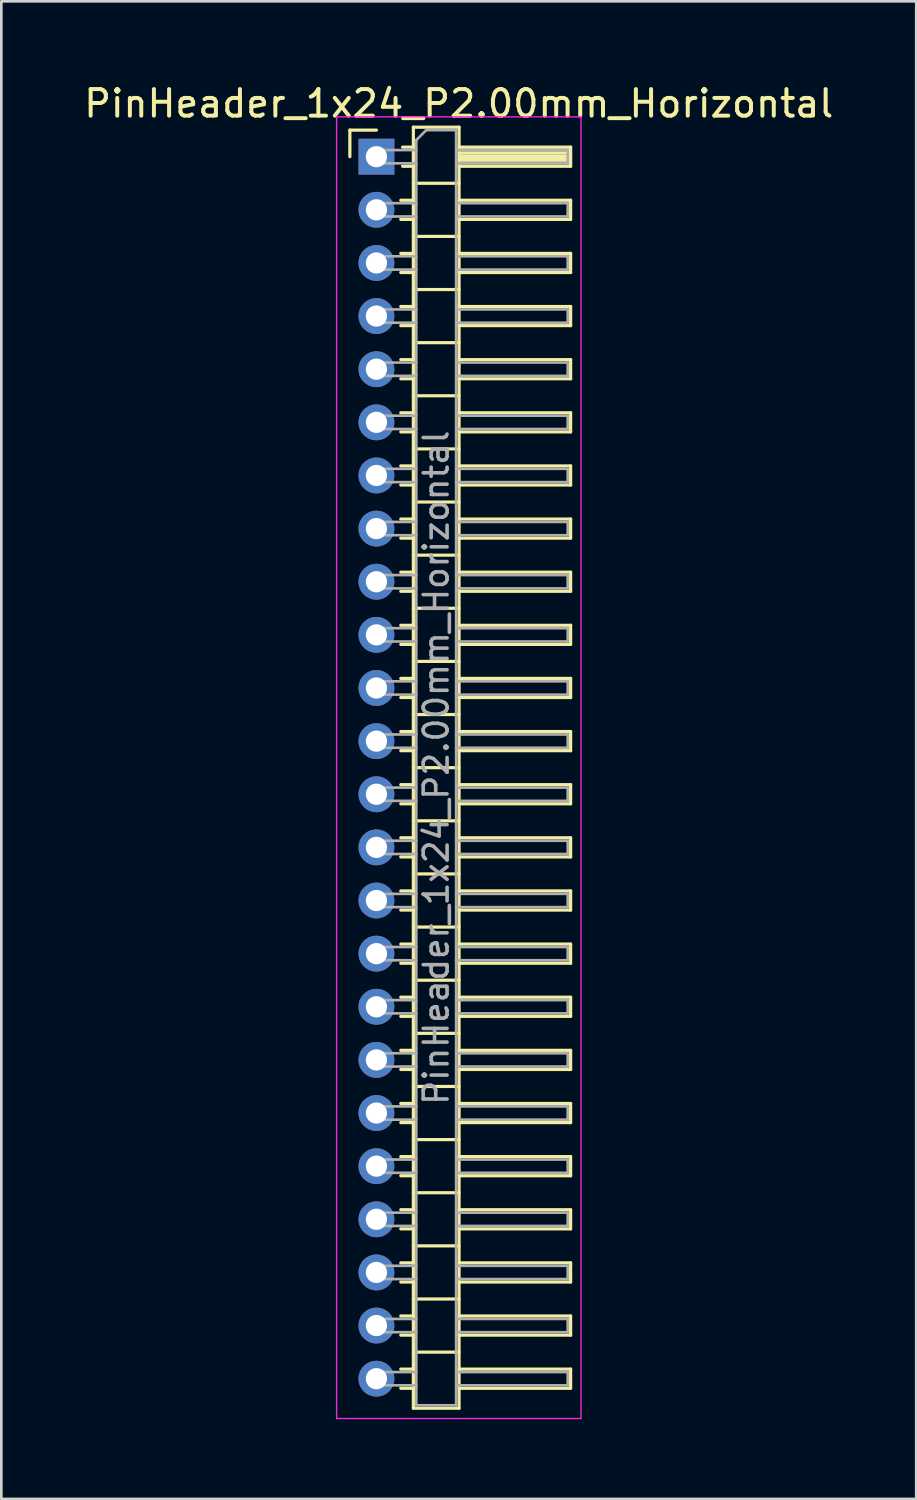
<source format=kicad_pcb>
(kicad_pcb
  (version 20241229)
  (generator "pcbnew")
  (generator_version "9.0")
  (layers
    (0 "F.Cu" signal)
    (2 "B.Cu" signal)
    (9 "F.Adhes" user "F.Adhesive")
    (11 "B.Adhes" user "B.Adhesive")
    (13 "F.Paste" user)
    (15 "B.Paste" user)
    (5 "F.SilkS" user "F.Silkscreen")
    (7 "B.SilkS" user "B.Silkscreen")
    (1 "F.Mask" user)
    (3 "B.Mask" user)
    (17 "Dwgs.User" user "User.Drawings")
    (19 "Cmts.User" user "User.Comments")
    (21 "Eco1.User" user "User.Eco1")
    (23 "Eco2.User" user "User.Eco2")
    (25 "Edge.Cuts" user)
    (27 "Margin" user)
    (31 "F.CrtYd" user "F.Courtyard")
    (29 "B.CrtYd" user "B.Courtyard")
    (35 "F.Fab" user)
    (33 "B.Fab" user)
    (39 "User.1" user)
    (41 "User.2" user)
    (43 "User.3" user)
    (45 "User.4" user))
  (footprint "PinHeader_1x24_P2.00mm_Horizontal"
    (layer "F.Cu")
    (at 11.12 2.848)
    (property "Reference" "PinHeader_1x24_P2.00mm_Horizontal" (at 3.1 -2 0) (layer "F.SilkS") (effects (font (size 1 1) (thickness 0.15))))
    (attr through_hole)
    (fp_line (start -1 -1) (end 0 -1) (stroke (width 0.12) (type solid)) (layer "F.SilkS"))
    (fp_line (start -1 0) (end -1 -1) (stroke (width 0.12) (type solid)) (layer "F.SilkS"))
    (fp_line (start 0.917 1.64) (end 1.39 1.64) (stroke (width 0.12) (type solid)) (layer "F.SilkS"))
    (fp_line (start 0.917 2.36) (end 1.39 2.36) (stroke (width 0.12) (type solid)) (layer "F.SilkS"))
    (fp_line (start 0.917 3.64) (end 1.39 3.64) (stroke (width 0.12) (type solid)) (layer "F.SilkS"))
    (fp_line (start 0.917 4.36) (end 1.39 4.36) (stroke (width 0.12) (type solid)) (layer "F.SilkS"))
    (fp_line (start 0.917 5.64) (end 1.39 5.64) (stroke (width 0.12) (type solid)) (layer "F.SilkS"))
    (fp_line (start 0.917 6.36) (end 1.39 6.36) (stroke (width 0.12) (type solid)) (layer "F.SilkS"))
    (fp_line (start 0.917 7.64) (end 1.39 7.64) (stroke (width 0.12) (type solid)) (layer "F.SilkS"))
    (fp_line (start 0.917 8.36) (end 1.39 8.36) (stroke (width 0.12) (type solid)) (layer "F.SilkS"))
    (fp_line (start 0.917 9.64) (end 1.39 9.64) (stroke (width 0.12) (type solid)) (layer "F.SilkS"))
    (fp_line (start 0.917 10.36) (end 1.39 10.36) (stroke (width 0.12) (type solid)) (layer "F.SilkS"))
    (fp_line (start 0.917 11.64) (end 1.39 11.64) (stroke (width 0.12) (type solid)) (layer "F.SilkS"))
    (fp_line (start 0.917 12.36) (end 1.39 12.36) (stroke (width 0.12) (type solid)) (layer "F.SilkS"))
    (fp_line (start 0.917 13.64) (end 1.39 13.64) (stroke (width 0.12) (type solid)) (layer "F.SilkS"))
    (fp_line (start 0.917 14.36) (end 1.39 14.36) (stroke (width 0.12) (type solid)) (layer "F.SilkS"))
    (fp_line (start 0.917 15.64) (end 1.39 15.64) (stroke (width 0.12) (type solid)) (layer "F.SilkS"))
    (fp_line (start 0.917 16.36) (end 1.39 16.36) (stroke (width 0.12) (type solid)) (layer "F.SilkS"))
    (fp_line (start 0.917 17.64) (end 1.39 17.64) (stroke (width 0.12) (type solid)) (layer "F.SilkS"))
    (fp_line (start 0.917 18.36) (end 1.39 18.36) (stroke (width 0.12) (type solid)) (layer "F.SilkS"))
    (fp_line (start 0.917 19.64) (end 1.39 19.64) (stroke (width 0.12) (type solid)) (layer "F.SilkS"))
    (fp_line (start 0.917 20.36) (end 1.39 20.36) (stroke (width 0.12) (type solid)) (layer "F.SilkS"))
    (fp_line (start 0.917 21.64) (end 1.39 21.64) (stroke (width 0.12) (type solid)) (layer "F.SilkS"))
    (fp_line (start 0.917 22.36) (end 1.39 22.36) (stroke (width 0.12) (type solid)) (layer "F.SilkS"))
    (fp_line (start 0.917 23.64) (end 1.39 23.64) (stroke (width 0.12) (type solid)) (layer "F.SilkS"))
    (fp_line (start 0.917 24.36) (end 1.39 24.36) (stroke (width 0.12) (type solid)) (layer "F.SilkS"))
    (fp_line (start 0.917 25.64) (end 1.39 25.64) (stroke (width 0.12) (type solid)) (layer "F.SilkS"))
    (fp_line (start 0.917 26.36) (end 1.39 26.36) (stroke (width 0.12) (type solid)) (layer "F.SilkS"))
    (fp_line (start 0.917 27.64) (end 1.39 27.64) (stroke (width 0.12) (type solid)) (layer "F.SilkS"))
    (fp_line (start 0.917 28.36) (end 1.39 28.36) (stroke (width 0.12) (type solid)) (layer "F.SilkS"))
    (fp_line (start 0.917 29.64) (end 1.39 29.64) (stroke (width 0.12) (type solid)) (layer "F.SilkS"))
    (fp_line (start 0.917 30.36) (end 1.39 30.36) (stroke (width 0.12) (type solid)) (layer "F.SilkS"))
    (fp_line (start 0.917 31.64) (end 1.39 31.64) (stroke (width 0.12) (type solid)) (layer "F.SilkS"))
    (fp_line (start 0.917 32.36) (end 1.39 32.36) (stroke (width 0.12) (type solid)) (layer "F.SilkS"))
    (fp_line (start 0.917 33.64) (end 1.39 33.64) (stroke (width 0.12) (type solid)) (layer "F.SilkS"))
    (fp_line (start 0.917 34.36) (end 1.39 34.36) (stroke (width 0.12) (type solid)) (layer "F.SilkS"))
    (fp_line (start 0.917 35.64) (end 1.39 35.64) (stroke (width 0.12) (type solid)) (layer "F.SilkS"))
    (fp_line (start 0.917 36.36) (end 1.39 36.36) (stroke (width 0.12) (type solid)) (layer "F.SilkS"))
    (fp_line (start 0.917 37.64) (end 1.39 37.64) (stroke (width 0.12) (type solid)) (layer "F.SilkS"))
    (fp_line (start 0.917 38.36) (end 1.39 38.36) (stroke (width 0.12) (type solid)) (layer "F.SilkS"))
    (fp_line (start 0.917 39.64) (end 1.39 39.64) (stroke (width 0.12) (type solid)) (layer "F.SilkS"))
    (fp_line (start 0.917 40.36) (end 1.39 40.36) (stroke (width 0.12) (type solid)) (layer "F.SilkS"))
    (fp_line (start 0.917 41.64) (end 1.39 41.64) (stroke (width 0.12) (type solid)) (layer "F.SilkS"))
    (fp_line (start 0.917 42.36) (end 1.39 42.36) (stroke (width 0.12) (type solid)) (layer "F.SilkS"))
    (fp_line (start 0.917 43.64) (end 1.39 43.64) (stroke (width 0.12) (type solid)) (layer "F.SilkS"))
    (fp_line (start 0.917 44.36) (end 1.39 44.36) (stroke (width 0.12) (type solid)) (layer "F.SilkS"))
    (fp_line (start 0.917 45.64) (end 1.39 45.64) (stroke (width 0.12) (type solid)) (layer "F.SilkS"))
    (fp_line (start 0.917 46.36) (end 1.39 46.36) (stroke (width 0.12) (type solid)) (layer "F.SilkS"))
    (fp_line (start 0.985 -0.36) (end 1.39 -0.36) (stroke (width 0.12) (type solid)) (layer "F.SilkS"))
    (fp_line (start 0.985 0.36) (end 1.39 0.36) (stroke (width 0.12) (type solid)) (layer "F.SilkS"))
    (fp_line (start 1.39 -1.11) (end 1.39 47.11) (stroke (width 0.12) (type solid)) (layer "F.SilkS"))
    (fp_line (start 1.39 1) (end 3.11 1) (stroke (width 0.12) (type solid)) (layer "F.SilkS"))
    (fp_line (start 1.39 3) (end 3.11 3) (stroke (width 0.12) (type solid)) (layer "F.SilkS"))
    (fp_line (start 1.39 5) (end 3.11 5) (stroke (width 0.12) (type solid)) (layer "F.SilkS"))
    (fp_line (start 1.39 7) (end 3.11 7) (stroke (width 0.12) (type solid)) (layer "F.SilkS"))
    (fp_line (start 1.39 9) (end 3.11 9) (stroke (width 0.12) (type solid)) (layer "F.SilkS"))
    (fp_line (start 1.39 11) (end 3.11 11) (stroke (width 0.12) (type solid)) (layer "F.SilkS"))
    (fp_line (start 1.39 13) (end 3.11 13) (stroke (width 0.12) (type solid)) (layer "F.SilkS"))
    (fp_line (start 1.39 15) (end 3.11 15) (stroke (width 0.12) (type solid)) (layer "F.SilkS"))
    (fp_line (start 1.39 17) (end 3.11 17) (stroke (width 0.12) (type solid)) (layer "F.SilkS"))
    (fp_line (start 1.39 19) (end 3.11 19) (stroke (width 0.12) (type solid)) (layer "F.SilkS"))
    (fp_line (start 1.39 21) (end 3.11 21) (stroke (width 0.12) (type solid)) (layer "F.SilkS"))
    (fp_line (start 1.39 23) (end 3.11 23) (stroke (width 0.12) (type solid)) (layer "F.SilkS"))
    (fp_line (start 1.39 25) (end 3.11 25) (stroke (width 0.12) (type solid)) (layer "F.SilkS"))
    (fp_line (start 1.39 27) (end 3.11 27) (stroke (width 0.12) (type solid)) (layer "F.SilkS"))
    (fp_line (start 1.39 29) (end 3.11 29) (stroke (width 0.12) (type solid)) (layer "F.SilkS"))
    (fp_line (start 1.39 31) (end 3.11 31) (stroke (width 0.12) (type solid)) (layer "F.SilkS"))
    (fp_line (start 1.39 33) (end 3.11 33) (stroke (width 0.12) (type solid)) (layer "F.SilkS"))
    (fp_line (start 1.39 35) (end 3.11 35) (stroke (width 0.12) (type solid)) (layer "F.SilkS"))
    (fp_line (start 1.39 37) (end 3.11 37) (stroke (width 0.12) (type solid)) (layer "F.SilkS"))
    (fp_line (start 1.39 39) (end 3.11 39) (stroke (width 0.12) (type solid)) (layer "F.SilkS"))
    (fp_line (start 1.39 41) (end 3.11 41) (stroke (width 0.12) (type solid)) (layer "F.SilkS"))
    (fp_line (start 1.39 43) (end 3.11 43) (stroke (width 0.12) (type solid)) (layer "F.SilkS"))
    (fp_line (start 1.39 45) (end 3.11 45) (stroke (width 0.12) (type solid)) (layer "F.SilkS"))
    (fp_line (start 1.39 47.11) (end 3.11 47.11) (stroke (width 0.12) (type solid)) (layer "F.SilkS"))
    (fp_line (start 3.11 -1.11) (end 1.39 -1.11) (stroke (width 0.12) (type solid)) (layer "F.SilkS"))
    (fp_line (start 3.11 -0.36) (end 7.31 -0.36) (stroke (width 0.12) (type solid)) (layer "F.SilkS"))
    (fp_line (start 3.11 -0.25) (end 7.31 -0.25) (stroke (width 0.12) (type solid)) (layer "F.SilkS"))
    (fp_line (start 3.11 -0.13) (end 7.31 -0.13) (stroke (width 0.12) (type solid)) (layer "F.SilkS"))
    (fp_line (start 3.11 -0.01) (end 7.31 -0.01) (stroke (width 0.12) (type solid)) (layer "F.SilkS"))
    (fp_line (start 3.11 0.11) (end 7.31 0.11) (stroke (width 0.12) (type solid)) (layer "F.SilkS"))
    (fp_line (start 3.11 0.23) (end 7.31 0.23) (stroke (width 0.12) (type solid)) (layer "F.SilkS"))
    (fp_line (start 3.11 1.64) (end 7.31 1.64) (stroke (width 0.12) (type solid)) (layer "F.SilkS"))
    (fp_line (start 3.11 3.64) (end 7.31 3.64) (stroke (width 0.12) (type solid)) (layer "F.SilkS"))
    (fp_line (start 3.11 5.64) (end 7.31 5.64) (stroke (width 0.12) (type solid)) (layer "F.SilkS"))
    (fp_line (start 3.11 7.64) (end 7.31 7.64) (stroke (width 0.12) (type solid)) (layer "F.SilkS"))
    (fp_line (start 3.11 9.64) (end 7.31 9.64) (stroke (width 0.12) (type solid)) (layer "F.SilkS"))
    (fp_line (start 3.11 11.64) (end 7.31 11.64) (stroke (width 0.12) (type solid)) (layer "F.SilkS"))
    (fp_line (start 3.11 13.64) (end 7.31 13.64) (stroke (width 0.12) (type solid)) (layer "F.SilkS"))
    (fp_line (start 3.11 15.64) (end 7.31 15.64) (stroke (width 0.12) (type solid)) (layer "F.SilkS"))
    (fp_line (start 3.11 17.64) (end 7.31 17.64) (stroke (width 0.12) (type solid)) (layer "F.SilkS"))
    (fp_line (start 3.11 19.64) (end 7.31 19.64) (stroke (width 0.12) (type solid)) (layer "F.SilkS"))
    (fp_line (start 3.11 21.64) (end 7.31 21.64) (stroke (width 0.12) (type solid)) (layer "F.SilkS"))
    (fp_line (start 3.11 23.64) (end 7.31 23.64) (stroke (width 0.12) (type solid)) (layer "F.SilkS"))
    (fp_line (start 3.11 25.64) (end 7.31 25.64) (stroke (width 0.12) (type solid)) (layer "F.SilkS"))
    (fp_line (start 3.11 27.64) (end 7.31 27.64) (stroke (width 0.12) (type solid)) (layer "F.SilkS"))
    (fp_line (start 3.11 29.64) (end 7.31 29.64) (stroke (width 0.12) (type solid)) (layer "F.SilkS"))
    (fp_line (start 3.11 31.64) (end 7.31 31.64) (stroke (width 0.12) (type solid)) (layer "F.SilkS"))
    (fp_line (start 3.11 33.64) (end 7.31 33.64) (stroke (width 0.12) (type solid)) (layer "F.SilkS"))
    (fp_line (start 3.11 35.64) (end 7.31 35.64) (stroke (width 0.12) (type solid)) (layer "F.SilkS"))
    (fp_line (start 3.11 37.64) (end 7.31 37.64) (stroke (width 0.12) (type solid)) (layer "F.SilkS"))
    (fp_line (start 3.11 39.64) (end 7.31 39.64) (stroke (width 0.12) (type solid)) (layer "F.SilkS"))
    (fp_line (start 3.11 41.64) (end 7.31 41.64) (stroke (width 0.12) (type solid)) (layer "F.SilkS"))
    (fp_line (start 3.11 43.64) (end 7.31 43.64) (stroke (width 0.12) (type solid)) (layer "F.SilkS"))
    (fp_line (start 3.11 45.64) (end 7.31 45.64) (stroke (width 0.12) (type solid)) (layer "F.SilkS"))
    (fp_line (start 3.11 47.11) (end 3.11 -1.11) (stroke (width 0.12) (type solid)) (layer "F.SilkS"))
    (fp_line (start 7.31 -0.36) (end 7.31 0.36) (stroke (width 0.12) (type solid)) (layer "F.SilkS"))
    (fp_line (start 7.31 0.36) (end 3.11 0.36) (stroke (width 0.12) (type solid)) (layer "F.SilkS"))
    (fp_line (start 7.31 1.64) (end 7.31 2.36) (stroke (width 0.12) (type solid)) (layer "F.SilkS"))
    (fp_line (start 7.31 2.36) (end 3.11 2.36) (stroke (width 0.12) (type solid)) (layer "F.SilkS"))
    (fp_line (start 7.31 3.64) (end 7.31 4.36) (stroke (width 0.12) (type solid)) (layer "F.SilkS"))
    (fp_line (start 7.31 4.36) (end 3.11 4.36) (stroke (width 0.12) (type solid)) (layer "F.SilkS"))
    (fp_line (start 7.31 5.64) (end 7.31 6.36) (stroke (width 0.12) (type solid)) (layer "F.SilkS"))
    (fp_line (start 7.31 6.36) (end 3.11 6.36) (stroke (width 0.12) (type solid)) (layer "F.SilkS"))
    (fp_line (start 7.31 7.64) (end 7.31 8.36) (stroke (width 0.12) (type solid)) (layer "F.SilkS"))
    (fp_line (start 7.31 8.36) (end 3.11 8.36) (stroke (width 0.12) (type solid)) (layer "F.SilkS"))
    (fp_line (start 7.31 9.64) (end 7.31 10.36) (stroke (width 0.12) (type solid)) (layer "F.SilkS"))
    (fp_line (start 7.31 10.36) (end 3.11 10.36) (stroke (width 0.12) (type solid)) (layer "F.SilkS"))
    (fp_line (start 7.31 11.64) (end 7.31 12.36) (stroke (width 0.12) (type solid)) (layer "F.SilkS"))
    (fp_line (start 7.31 12.36) (end 3.11 12.36) (stroke (width 0.12) (type solid)) (layer "F.SilkS"))
    (fp_line (start 7.31 13.64) (end 7.31 14.36) (stroke (width 0.12) (type solid)) (layer "F.SilkS"))
    (fp_line (start 7.31 14.36) (end 3.11 14.36) (stroke (width 0.12) (type solid)) (layer "F.SilkS"))
    (fp_line (start 7.31 15.64) (end 7.31 16.36) (stroke (width 0.12) (type solid)) (layer "F.SilkS"))
    (fp_line (start 7.31 16.36) (end 3.11 16.36) (stroke (width 0.12) (type solid)) (layer "F.SilkS"))
    (fp_line (start 7.31 17.64) (end 7.31 18.36) (stroke (width 0.12) (type solid)) (layer "F.SilkS"))
    (fp_line (start 7.31 18.36) (end 3.11 18.36) (stroke (width 0.12) (type solid)) (layer "F.SilkS"))
    (fp_line (start 7.31 19.64) (end 7.31 20.36) (stroke (width 0.12) (type solid)) (layer "F.SilkS"))
    (fp_line (start 7.31 20.36) (end 3.11 20.36) (stroke (width 0.12) (type solid)) (layer "F.SilkS"))
    (fp_line (start 7.31 21.64) (end 7.31 22.36) (stroke (width 0.12) (type solid)) (layer "F.SilkS"))
    (fp_line (start 7.31 22.36) (end 3.11 22.36) (stroke (width 0.12) (type solid)) (layer "F.SilkS"))
    (fp_line (start 7.31 23.64) (end 7.31 24.36) (stroke (width 0.12) (type solid)) (layer "F.SilkS"))
    (fp_line (start 7.31 24.36) (end 3.11 24.36) (stroke (width 0.12) (type solid)) (layer "F.SilkS"))
    (fp_line (start 7.31 25.64) (end 7.31 26.36) (stroke (width 0.12) (type solid)) (layer "F.SilkS"))
    (fp_line (start 7.31 26.36) (end 3.11 26.36) (stroke (width 0.12) (type solid)) (layer "F.SilkS"))
    (fp_line (start 7.31 27.64) (end 7.31 28.36) (stroke (width 0.12) (type solid)) (layer "F.SilkS"))
    (fp_line (start 7.31 28.36) (end 3.11 28.36) (stroke (width 0.12) (type solid)) (layer "F.SilkS"))
    (fp_line (start 7.31 29.64) (end 7.31 30.36) (stroke (width 0.12) (type solid)) (layer "F.SilkS"))
    (fp_line (start 7.31 30.36) (end 3.11 30.36) (stroke (width 0.12) (type solid)) (layer "F.SilkS"))
    (fp_line (start 7.31 31.64) (end 7.31 32.36) (stroke (width 0.12) (type solid)) (layer "F.SilkS"))
    (fp_line (start 7.31 32.36) (end 3.11 32.36) (stroke (width 0.12) (type solid)) (layer "F.SilkS"))
    (fp_line (start 7.31 33.64) (end 7.31 34.36) (stroke (width 0.12) (type solid)) (layer "F.SilkS"))
    (fp_line (start 7.31 34.36) (end 3.11 34.36) (stroke (width 0.12) (type solid)) (layer "F.SilkS"))
    (fp_line (start 7.31 35.64) (end 7.31 36.36) (stroke (width 0.12) (type solid)) (layer "F.SilkS"))
    (fp_line (start 7.31 36.36) (end 3.11 36.36) (stroke (width 0.12) (type solid)) (layer "F.SilkS"))
    (fp_line (start 7.31 37.64) (end 7.31 38.36) (stroke (width 0.12) (type solid)) (layer "F.SilkS"))
    (fp_line (start 7.31 38.36) (end 3.11 38.36) (stroke (width 0.12) (type solid)) (layer "F.SilkS"))
    (fp_line (start 7.31 39.64) (end 7.31 40.36) (stroke (width 0.12) (type solid)) (layer "F.SilkS"))
    (fp_line (start 7.31 40.36) (end 3.11 40.36) (stroke (width 0.12) (type solid)) (layer "F.SilkS"))
    (fp_line (start 7.31 41.64) (end 7.31 42.36) (stroke (width 0.12) (type solid)) (layer "F.SilkS"))
    (fp_line (start 7.31 42.36) (end 3.11 42.36) (stroke (width 0.12) (type solid)) (layer "F.SilkS"))
    (fp_line (start 7.31 43.64) (end 7.31 44.36) (stroke (width 0.12) (type solid)) (layer "F.SilkS"))
    (fp_line (start 7.31 44.36) (end 3.11 44.36) (stroke (width 0.12) (type solid)) (layer "F.SilkS"))
    (fp_line (start 7.31 45.64) (end 7.31 46.36) (stroke (width 0.12) (type solid)) (layer "F.SilkS"))
    (fp_line (start 7.31 46.36) (end 3.11 46.36) (stroke (width 0.12) (type solid)) (layer "F.SilkS"))
    (fp_line (start -1.5 -1.5) (end -1.5 47.5) (stroke (width 0.05) (type solid)) (layer "F.CrtYd"))
    (fp_line (start -1.5 47.5) (end 7.7 47.5) (stroke (width 0.05) (type solid)) (layer "F.CrtYd"))
    (fp_line (start 7.7 -1.5) (end -1.5 -1.5) (stroke (width 0.05) (type solid)) (layer "F.CrtYd"))
    (fp_line (start 7.7 47.5) (end 7.7 -1.5) (stroke (width 0.05) (type solid)) (layer "F.CrtYd"))
    (fp_line (start -0.25 -0.25) (end -0.25 0.25) (stroke (width 0.1) (type solid)) (layer "F.Fab"))
    (fp_line (start -0.25 -0.25) (end 1.5 -0.25) (stroke (width 0.1) (type solid)) (layer "F.Fab"))
    (fp_line (start -0.25 0.25) (end 1.5 0.25) (stroke (width 0.1) (type solid)) (layer "F.Fab"))
    (fp_line (start -0.25 1.75) (end -0.25 2.25) (stroke (width 0.1) (type solid)) (layer "F.Fab"))
    (fp_line (start -0.25 1.75) (end 1.5 1.75) (stroke (width 0.1) (type solid)) (layer "F.Fab"))
    (fp_line (start -0.25 2.25) (end 1.5 2.25) (stroke (width 0.1) (type solid)) (layer "F.Fab"))
    (fp_line (start -0.25 3.75) (end -0.25 4.25) (stroke (width 0.1) (type solid)) (layer "F.Fab"))
    (fp_line (start -0.25 3.75) (end 1.5 3.75) (stroke (width 0.1) (type solid)) (layer "F.Fab"))
    (fp_line (start -0.25 4.25) (end 1.5 4.25) (stroke (width 0.1) (type solid)) (layer "F.Fab"))
    (fp_line (start -0.25 5.75) (end -0.25 6.25) (stroke (width 0.1) (type solid)) (layer "F.Fab"))
    (fp_line (start -0.25 5.75) (end 1.5 5.75) (stroke (width 0.1) (type solid)) (layer "F.Fab"))
    (fp_line (start -0.25 6.25) (end 1.5 6.25) (stroke (width 0.1) (type solid)) (layer "F.Fab"))
    (fp_line (start -0.25 7.75) (end -0.25 8.25) (stroke (width 0.1) (type solid)) (layer "F.Fab"))
    (fp_line (start -0.25 7.75) (end 1.5 7.75) (stroke (width 0.1) (type solid)) (layer "F.Fab"))
    (fp_line (start -0.25 8.25) (end 1.5 8.25) (stroke (width 0.1) (type solid)) (layer "F.Fab"))
    (fp_line (start -0.25 9.75) (end -0.25 10.25) (stroke (width 0.1) (type solid)) (layer "F.Fab"))
    (fp_line (start -0.25 9.75) (end 1.5 9.75) (stroke (width 0.1) (type solid)) (layer "F.Fab"))
    (fp_line (start -0.25 10.25) (end 1.5 10.25) (stroke (width 0.1) (type solid)) (layer "F.Fab"))
    (fp_line (start -0.25 11.75) (end -0.25 12.25) (stroke (width 0.1) (type solid)) (layer "F.Fab"))
    (fp_line (start -0.25 11.75) (end 1.5 11.75) (stroke (width 0.1) (type solid)) (layer "F.Fab"))
    (fp_line (start -0.25 12.25) (end 1.5 12.25) (stroke (width 0.1) (type solid)) (layer "F.Fab"))
    (fp_line (start -0.25 13.75) (end -0.25 14.25) (stroke (width 0.1) (type solid)) (layer "F.Fab"))
    (fp_line (start -0.25 13.75) (end 1.5 13.75) (stroke (width 0.1) (type solid)) (layer "F.Fab"))
    (fp_line (start -0.25 14.25) (end 1.5 14.25) (stroke (width 0.1) (type solid)) (layer "F.Fab"))
    (fp_line (start -0.25 15.75) (end -0.25 16.25) (stroke (width 0.1) (type solid)) (layer "F.Fab"))
    (fp_line (start -0.25 15.75) (end 1.5 15.75) (stroke (width 0.1) (type solid)) (layer "F.Fab"))
    (fp_line (start -0.25 16.25) (end 1.5 16.25) (stroke (width 0.1) (type solid)) (layer "F.Fab"))
    (fp_line (start -0.25 17.75) (end -0.25 18.25) (stroke (width 0.1) (type solid)) (layer "F.Fab"))
    (fp_line (start -0.25 17.75) (end 1.5 17.75) (stroke (width 0.1) (type solid)) (layer "F.Fab"))
    (fp_line (start -0.25 18.25) (end 1.5 18.25) (stroke (width 0.1) (type solid)) (layer "F.Fab"))
    (fp_line (start -0.25 19.75) (end -0.25 20.25) (stroke (width 0.1) (type solid)) (layer "F.Fab"))
    (fp_line (start -0.25 19.75) (end 1.5 19.75) (stroke (width 0.1) (type solid)) (layer "F.Fab"))
    (fp_line (start -0.25 20.25) (end 1.5 20.25) (stroke (width 0.1) (type solid)) (layer "F.Fab"))
    (fp_line (start -0.25 21.75) (end -0.25 22.25) (stroke (width 0.1) (type solid)) (layer "F.Fab"))
    (fp_line (start -0.25 21.75) (end 1.5 21.75) (stroke (width 0.1) (type solid)) (layer "F.Fab"))
    (fp_line (start -0.25 22.25) (end 1.5 22.25) (stroke (width 0.1) (type solid)) (layer "F.Fab"))
    (fp_line (start -0.25 23.75) (end -0.25 24.25) (stroke (width 0.1) (type solid)) (layer "F.Fab"))
    (fp_line (start -0.25 23.75) (end 1.5 23.75) (stroke (width 0.1) (type solid)) (layer "F.Fab"))
    (fp_line (start -0.25 24.25) (end 1.5 24.25) (stroke (width 0.1) (type solid)) (layer "F.Fab"))
    (fp_line (start -0.25 25.75) (end -0.25 26.25) (stroke (width 0.1) (type solid)) (layer "F.Fab"))
    (fp_line (start -0.25 25.75) (end 1.5 25.75) (stroke (width 0.1) (type solid)) (layer "F.Fab"))
    (fp_line (start -0.25 26.25) (end 1.5 26.25) (stroke (width 0.1) (type solid)) (layer "F.Fab"))
    (fp_line (start -0.25 27.75) (end -0.25 28.25) (stroke (width 0.1) (type solid)) (layer "F.Fab"))
    (fp_line (start -0.25 27.75) (end 1.5 27.75) (stroke (width 0.1) (type solid)) (layer "F.Fab"))
    (fp_line (start -0.25 28.25) (end 1.5 28.25) (stroke (width 0.1) (type solid)) (layer "F.Fab"))
    (fp_line (start -0.25 29.75) (end -0.25 30.25) (stroke (width 0.1) (type solid)) (layer "F.Fab"))
    (fp_line (start -0.25 29.75) (end 1.5 29.75) (stroke (width 0.1) (type solid)) (layer "F.Fab"))
    (fp_line (start -0.25 30.25) (end 1.5 30.25) (stroke (width 0.1) (type solid)) (layer "F.Fab"))
    (fp_line (start -0.25 31.75) (end -0.25 32.25) (stroke (width 0.1) (type solid)) (layer "F.Fab"))
    (fp_line (start -0.25 31.75) (end 1.5 31.75) (stroke (width 0.1) (type solid)) (layer "F.Fab"))
    (fp_line (start -0.25 32.25) (end 1.5 32.25) (stroke (width 0.1) (type solid)) (layer "F.Fab"))
    (fp_line (start -0.25 33.75) (end -0.25 34.25) (stroke (width 0.1) (type solid)) (layer "F.Fab"))
    (fp_line (start -0.25 33.75) (end 1.5 33.75) (stroke (width 0.1) (type solid)) (layer "F.Fab"))
    (fp_line (start -0.25 34.25) (end 1.5 34.25) (stroke (width 0.1) (type solid)) (layer "F.Fab"))
    (fp_line (start -0.25 35.75) (end -0.25 36.25) (stroke (width 0.1) (type solid)) (layer "F.Fab"))
    (fp_line (start -0.25 35.75) (end 1.5 35.75) (stroke (width 0.1) (type solid)) (layer "F.Fab"))
    (fp_line (start -0.25 36.25) (end 1.5 36.25) (stroke (width 0.1) (type solid)) (layer "F.Fab"))
    (fp_line (start -0.25 37.75) (end -0.25 38.25) (stroke (width 0.1) (type solid)) (layer "F.Fab"))
    (fp_line (start -0.25 37.75) (end 1.5 37.75) (stroke (width 0.1) (type solid)) (layer "F.Fab"))
    (fp_line (start -0.25 38.25) (end 1.5 38.25) (stroke (width 0.1) (type solid)) (layer "F.Fab"))
    (fp_line (start -0.25 39.75) (end -0.25 40.25) (stroke (width 0.1) (type solid)) (layer "F.Fab"))
    (fp_line (start -0.25 39.75) (end 1.5 39.75) (stroke (width 0.1) (type solid)) (layer "F.Fab"))
    (fp_line (start -0.25 40.25) (end 1.5 40.25) (stroke (width 0.1) (type solid)) (layer "F.Fab"))
    (fp_line (start -0.25 41.75) (end -0.25 42.25) (stroke (width 0.1) (type solid)) (layer "F.Fab"))
    (fp_line (start -0.25 41.75) (end 1.5 41.75) (stroke (width 0.1) (type solid)) (layer "F.Fab"))
    (fp_line (start -0.25 42.25) (end 1.5 42.25) (stroke (width 0.1) (type solid)) (layer "F.Fab"))
    (fp_line (start -0.25 43.75) (end -0.25 44.25) (stroke (width 0.1) (type solid)) (layer "F.Fab"))
    (fp_line (start -0.25 43.75) (end 1.5 43.75) (stroke (width 0.1) (type solid)) (layer "F.Fab"))
    (fp_line (start -0.25 44.25) (end 1.5 44.25) (stroke (width 0.1) (type solid)) (layer "F.Fab"))
    (fp_line (start -0.25 45.75) (end -0.25 46.25) (stroke (width 0.1) (type solid)) (layer "F.Fab"))
    (fp_line (start -0.25 45.75) (end 1.5 45.75) (stroke (width 0.1) (type solid)) (layer "F.Fab"))
    (fp_line (start -0.25 46.25) (end 1.5 46.25) (stroke (width 0.1) (type solid)) (layer "F.Fab"))
    (fp_line (start 1.5 -0.625) (end 1.875 -1) (stroke (width 0.1) (type solid)) (layer "F.Fab"))
    (fp_line (start 1.5 47) (end 1.5 -0.625) (stroke (width 0.1) (type solid)) (layer "F.Fab"))
    (fp_line (start 1.875 -1) (end 3 -1) (stroke (width 0.1) (type solid)) (layer "F.Fab"))
    (fp_line (start 3 -1) (end 3 47) (stroke (width 0.1) (type solid)) (layer "F.Fab"))
    (fp_line (start 3 -0.25) (end 7.2 -0.25) (stroke (width 0.1) (type solid)) (layer "F.Fab"))
    (fp_line (start 3 0.25) (end 7.2 0.25) (stroke (width 0.1) (type solid)) (layer "F.Fab"))
    (fp_line (start 3 1.75) (end 7.2 1.75) (stroke (width 0.1) (type solid)) (layer "F.Fab"))
    (fp_line (start 3 2.25) (end 7.2 2.25) (stroke (width 0.1) (type solid)) (layer "F.Fab"))
    (fp_line (start 3 3.75) (end 7.2 3.75) (stroke (width 0.1) (type solid)) (layer "F.Fab"))
    (fp_line (start 3 4.25) (end 7.2 4.25) (stroke (width 0.1) (type solid)) (layer "F.Fab"))
    (fp_line (start 3 5.75) (end 7.2 5.75) (stroke (width 0.1) (type solid)) (layer "F.Fab"))
    (fp_line (start 3 6.25) (end 7.2 6.25) (stroke (width 0.1) (type solid)) (layer "F.Fab"))
    (fp_line (start 3 7.75) (end 7.2 7.75) (stroke (width 0.1) (type solid)) (layer "F.Fab"))
    (fp_line (start 3 8.25) (end 7.2 8.25) (stroke (width 0.1) (type solid)) (layer "F.Fab"))
    (fp_line (start 3 9.75) (end 7.2 9.75) (stroke (width 0.1) (type solid)) (layer "F.Fab"))
    (fp_line (start 3 10.25) (end 7.2 10.25) (stroke (width 0.1) (type solid)) (layer "F.Fab"))
    (fp_line (start 3 11.75) (end 7.2 11.75) (stroke (width 0.1) (type solid)) (layer "F.Fab"))
    (fp_line (start 3 12.25) (end 7.2 12.25) (stroke (width 0.1) (type solid)) (layer "F.Fab"))
    (fp_line (start 3 13.75) (end 7.2 13.75) (stroke (width 0.1) (type solid)) (layer "F.Fab"))
    (fp_line (start 3 14.25) (end 7.2 14.25) (stroke (width 0.1) (type solid)) (layer "F.Fab"))
    (fp_line (start 3 15.75) (end 7.2 15.75) (stroke (width 0.1) (type solid)) (layer "F.Fab"))
    (fp_line (start 3 16.25) (end 7.2 16.25) (stroke (width 0.1) (type solid)) (layer "F.Fab"))
    (fp_line (start 3 17.75) (end 7.2 17.75) (stroke (width 0.1) (type solid)) (layer "F.Fab"))
    (fp_line (start 3 18.25) (end 7.2 18.25) (stroke (width 0.1) (type solid)) (layer "F.Fab"))
    (fp_line (start 3 19.75) (end 7.2 19.75) (stroke (width 0.1) (type solid)) (layer "F.Fab"))
    (fp_line (start 3 20.25) (end 7.2 20.25) (stroke (width 0.1) (type solid)) (layer "F.Fab"))
    (fp_line (start 3 21.75) (end 7.2 21.75) (stroke (width 0.1) (type solid)) (layer "F.Fab"))
    (fp_line (start 3 22.25) (end 7.2 22.25) (stroke (width 0.1) (type solid)) (layer "F.Fab"))
    (fp_line (start 3 23.75) (end 7.2 23.75) (stroke (width 0.1) (type solid)) (layer "F.Fab"))
    (fp_line (start 3 24.25) (end 7.2 24.25) (stroke (width 0.1) (type solid)) (layer "F.Fab"))
    (fp_line (start 3 25.75) (end 7.2 25.75) (stroke (width 0.1) (type solid)) (layer "F.Fab"))
    (fp_line (start 3 26.25) (end 7.2 26.25) (stroke (width 0.1) (type solid)) (layer "F.Fab"))
    (fp_line (start 3 27.75) (end 7.2 27.75) (stroke (width 0.1) (type solid)) (layer "F.Fab"))
    (fp_line (start 3 28.25) (end 7.2 28.25) (stroke (width 0.1) (type solid)) (layer "F.Fab"))
    (fp_line (start 3 29.75) (end 7.2 29.75) (stroke (width 0.1) (type solid)) (layer "F.Fab"))
    (fp_line (start 3 30.25) (end 7.2 30.25) (stroke (width 0.1) (type solid)) (layer "F.Fab"))
    (fp_line (start 3 31.75) (end 7.2 31.75) (stroke (width 0.1) (type solid)) (layer "F.Fab"))
    (fp_line (start 3 32.25) (end 7.2 32.25) (stroke (width 0.1) (type solid)) (layer "F.Fab"))
    (fp_line (start 3 33.75) (end 7.2 33.75) (stroke (width 0.1) (type solid)) (layer "F.Fab"))
    (fp_line (start 3 34.25) (end 7.2 34.25) (stroke (width 0.1) (type solid)) (layer "F.Fab"))
    (fp_line (start 3 35.75) (end 7.2 35.75) (stroke (width 0.1) (type solid)) (layer "F.Fab"))
    (fp_line (start 3 36.25) (end 7.2 36.25) (stroke (width 0.1) (type solid)) (layer "F.Fab"))
    (fp_line (start 3 37.75) (end 7.2 37.75) (stroke (width 0.1) (type solid)) (layer "F.Fab"))
    (fp_line (start 3 38.25) (end 7.2 38.25) (stroke (width 0.1) (type solid)) (layer "F.Fab"))
    (fp_line (start 3 39.75) (end 7.2 39.75) (stroke (width 0.1) (type solid)) (layer "F.Fab"))
    (fp_line (start 3 40.25) (end 7.2 40.25) (stroke (width 0.1) (type solid)) (layer "F.Fab"))
    (fp_line (start 3 41.75) (end 7.2 41.75) (stroke (width 0.1) (type solid)) (layer "F.Fab"))
    (fp_line (start 3 42.25) (end 7.2 42.25) (stroke (width 0.1) (type solid)) (layer "F.Fab"))
    (fp_line (start 3 43.75) (end 7.2 43.75) (stroke (width 0.1) (type solid)) (layer "F.Fab"))
    (fp_line (start 3 44.25) (end 7.2 44.25) (stroke (width 0.1) (type solid)) (layer "F.Fab"))
    (fp_line (start 3 45.75) (end 7.2 45.75) (stroke (width 0.1) (type solid)) (layer "F.Fab"))
    (fp_line (start 3 46.25) (end 7.2 46.25) (stroke (width 0.1) (type solid)) (layer "F.Fab"))
    (fp_line (start 3 47) (end 1.5 47) (stroke (width 0.1) (type solid)) (layer "F.Fab"))
    (fp_line (start 7.2 -0.25) (end 7.2 0.25) (stroke (width 0.1) (type solid)) (layer "F.Fab"))
    (fp_line (start 7.2 1.75) (end 7.2 2.25) (stroke (width 0.1) (type solid)) (layer "F.Fab"))
    (fp_line (start 7.2 3.75) (end 7.2 4.25) (stroke (width 0.1) (type solid)) (layer "F.Fab"))
    (fp_line (start 7.2 5.75) (end 7.2 6.25) (stroke (width 0.1) (type solid)) (layer "F.Fab"))
    (fp_line (start 7.2 7.75) (end 7.2 8.25) (stroke (width 0.1) (type solid)) (layer "F.Fab"))
    (fp_line (start 7.2 9.75) (end 7.2 10.25) (stroke (width 0.1) (type solid)) (layer "F.Fab"))
    (fp_line (start 7.2 11.75) (end 7.2 12.25) (stroke (width 0.1) (type solid)) (layer "F.Fab"))
    (fp_line (start 7.2 13.75) (end 7.2 14.25) (stroke (width 0.1) (type solid)) (layer "F.Fab"))
    (fp_line (start 7.2 15.75) (end 7.2 16.25) (stroke (width 0.1) (type solid)) (layer "F.Fab"))
    (fp_line (start 7.2 17.75) (end 7.2 18.25) (stroke (width 0.1) (type solid)) (layer "F.Fab"))
    (fp_line (start 7.2 19.75) (end 7.2 20.25) (stroke (width 0.1) (type solid)) (layer "F.Fab"))
    (fp_line (start 7.2 21.75) (end 7.2 22.25) (stroke (width 0.1) (type solid)) (layer "F.Fab"))
    (fp_line (start 7.2 23.75) (end 7.2 24.25) (stroke (width 0.1) (type solid)) (layer "F.Fab"))
    (fp_line (start 7.2 25.75) (end 7.2 26.25) (stroke (width 0.1) (type solid)) (layer "F.Fab"))
    (fp_line (start 7.2 27.75) (end 7.2 28.25) (stroke (width 0.1) (type solid)) (layer "F.Fab"))
    (fp_line (start 7.2 29.75) (end 7.2 30.25) (stroke (width 0.1) (type solid)) (layer "F.Fab"))
    (fp_line (start 7.2 31.75) (end 7.2 32.25) (stroke (width 0.1) (type solid)) (layer "F.Fab"))
    (fp_line (start 7.2 33.75) (end 7.2 34.25) (stroke (width 0.1) (type solid)) (layer "F.Fab"))
    (fp_line (start 7.2 35.75) (end 7.2 36.25) (stroke (width 0.1) (type solid)) (layer "F.Fab"))
    (fp_line (start 7.2 37.75) (end 7.2 38.25) (stroke (width 0.1) (type solid)) (layer "F.Fab"))
    (fp_line (start 7.2 39.75) (end 7.2 40.25) (stroke (width 0.1) (type solid)) (layer "F.Fab"))
    (fp_line (start 7.2 41.75) (end 7.2 42.25) (stroke (width 0.1) (type solid)) (layer "F.Fab"))
    (fp_line (start 7.2 43.75) (end 7.2 44.25) (stroke (width 0.1) (type solid)) (layer "F.Fab"))
    (fp_line (start 7.2 45.75) (end 7.2 46.25) (stroke (width 0.1) (type solid)) (layer "F.Fab"))
    (fp_text user "${REFERENCE}" (at 2.25 23 90) (layer "F.Fab") (effects (font (size 0.9 0.9) (thickness 0.135))))
    (pad "1" thru_hole rect (at 0 0) (size 1.35 1.35) (drill 0.8) (layers "*.Cu" "*.Mask"))
    (pad "2" thru_hole circle (at 0 2) (size 1.35 1.35) (drill 0.8) (layers "*.Cu" "*.Mask"))
    (pad "3" thru_hole circle (at 0 4) (size 1.35 1.35) (drill 0.8) (layers "*.Cu" "*.Mask"))
    (pad "4" thru_hole circle (at 0 6) (size 1.35 1.35) (drill 0.8) (layers "*.Cu" "*.Mask"))
    (pad "5" thru_hole circle (at 0 8) (size 1.35 1.35) (drill 0.8) (layers "*.Cu" "*.Mask"))
    (pad "6" thru_hole circle (at 0 10) (size 1.35 1.35) (drill 0.8) (layers "*.Cu" "*.Mask"))
    (pad "7" thru_hole circle (at 0 12) (size 1.35 1.35) (drill 0.8) (layers "*.Cu" "*.Mask"))
    (pad "8" thru_hole circle (at 0 14) (size 1.35 1.35) (drill 0.8) (layers "*.Cu" "*.Mask"))
    (pad "9" thru_hole circle (at 0 16) (size 1.35 1.35) (drill 0.8) (layers "*.Cu" "*.Mask"))
    (pad "10" thru_hole circle (at 0 18) (size 1.35 1.35) (drill 0.8) (layers "*.Cu" "*.Mask"))
    (pad "11" thru_hole circle (at 0 20) (size 1.35 1.35) (drill 0.8) (layers "*.Cu" "*.Mask"))
    (pad "12" thru_hole circle (at 0 22) (size 1.35 1.35) (drill 0.8) (layers "*.Cu" "*.Mask"))
    (pad "13" thru_hole circle (at 0 24) (size 1.35 1.35) (drill 0.8) (layers "*.Cu" "*.Mask"))
    (pad "14" thru_hole circle (at 0 26) (size 1.35 1.35) (drill 0.8) (layers "*.Cu" "*.Mask"))
    (pad "15" thru_hole circle (at 0 28) (size 1.35 1.35) (drill 0.8) (layers "*.Cu" "*.Mask"))
    (pad "16" thru_hole circle (at 0 30) (size 1.35 1.35) (drill 0.8) (layers "*.Cu" "*.Mask"))
    (pad "17" thru_hole circle (at 0 32) (size 1.35 1.35) (drill 0.8) (layers "*.Cu" "*.Mask"))
    (pad "18" thru_hole circle (at 0 34) (size 1.35 1.35) (drill 0.8) (layers "*.Cu" "*.Mask"))
    (pad "19" thru_hole circle (at 0 36) (size 1.35 1.35) (drill 0.8) (layers "*.Cu" "*.Mask"))
    (pad "20" thru_hole circle (at 0 38) (size 1.35 1.35) (drill 0.8) (layers "*.Cu" "*.Mask"))
    (pad "21" thru_hole circle (at 0 40) (size 1.35 1.35) (drill 0.8) (layers "*.Cu" "*.Mask"))
    (pad "22" thru_hole circle (at 0 42) (size 1.35 1.35) (drill 0.8) (layers "*.Cu" "*.Mask"))
    (pad "23" thru_hole circle (at 0 44) (size 1.35 1.35) (drill 0.8) (layers "*.Cu" "*.Mask"))
    (pad "24" thru_hole circle (at 0 46) (size 1.35 1.35) (drill 0.8) (layers "*.Cu" "*.Mask")))
  (gr_rect
    (start -3 -3)
    (end 31.44 53.373)
    (stroke (width 0.1) (type default))
    (fill no)
    (layer "Edge.Cuts")))
</source>
